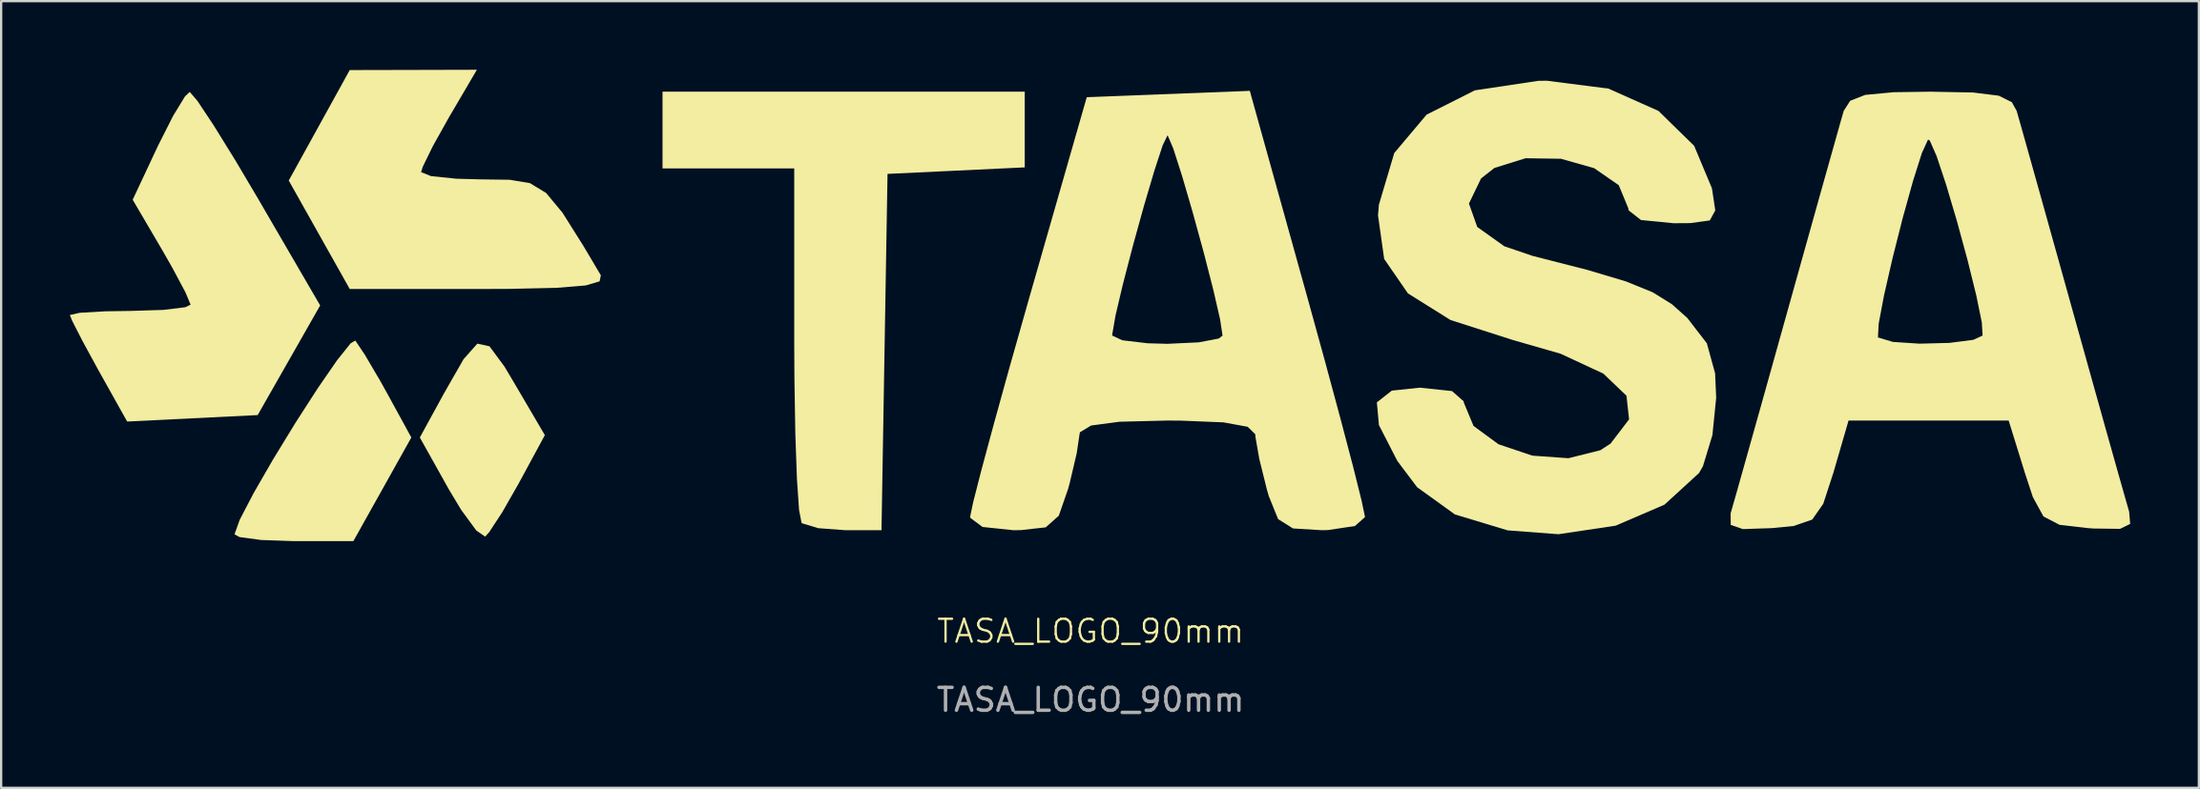
<source format=kicad_pcb>
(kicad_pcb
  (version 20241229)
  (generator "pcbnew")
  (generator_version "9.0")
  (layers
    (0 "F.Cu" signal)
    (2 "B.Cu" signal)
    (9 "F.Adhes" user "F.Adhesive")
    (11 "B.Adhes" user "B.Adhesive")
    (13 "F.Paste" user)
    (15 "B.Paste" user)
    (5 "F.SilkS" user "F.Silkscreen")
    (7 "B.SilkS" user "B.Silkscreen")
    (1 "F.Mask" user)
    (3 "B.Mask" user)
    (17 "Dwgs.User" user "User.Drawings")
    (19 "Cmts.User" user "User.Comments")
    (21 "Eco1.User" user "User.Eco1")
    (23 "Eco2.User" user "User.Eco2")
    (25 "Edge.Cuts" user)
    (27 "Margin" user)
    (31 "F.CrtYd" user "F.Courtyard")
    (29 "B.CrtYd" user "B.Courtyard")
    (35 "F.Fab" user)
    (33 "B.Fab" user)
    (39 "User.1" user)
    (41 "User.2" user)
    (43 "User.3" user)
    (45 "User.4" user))
  (footprint "TASA_LOGO_90mm"
    (layer "F.Cu")
    (at 44.57 10.543)
    (property "Reference" "TASA_LOGO_90mm" (at 0 14 0) (unlocked yes) (layer "F.SilkS") (effects (font (size 1 1) (thickness 0.1))))
    (fp_poly (pts (xy -26.246 1.546) (xy -25.594 2.43) (xy -25.158 3.163) (xy -23.829 5.43) (xy -24.974 7.547) (xy -25.693 8.806) (xy -26.256 9.666) (xy -26.436 9.866) (xy -26.822 9.6) (xy -27.48 8.701) (xy -28.021 7.801) (xy -29.288 5.533) (xy -28.234 3.605) (xy -27.377 2.107) (xy -26.777 1.43)) (stroke (width 0) (type solid)) (fill yes) (layer "F.SilkS"))
    (fp_poly (pts (xy -31.685 1.922) (xy -31.02 3.054) (xy -30.713 3.605) (xy -29.659 5.533) (xy -30.925 7.799) (xy -32.191 10.064) (xy -34.786 10.064) (xy -36.217 10.014) (xy -37.16 9.886) (xy -37.381 9.766) (xy -37.152 9.128) (xy -36.549 7.97) (xy -35.697 6.492) (xy -34.722 4.896) (xy -33.748 3.384) (xy -32.902 2.156) (xy -32.308 1.414) (xy -32.105 1.295)) (stroke (width 0) (type solid)) (fill yes) (layer "F.SilkS"))
    (fp_poly (pts (xy -2.875 -7.93) (xy -2.875 -6.276) (xy -5.871 -6.133) (xy -8.866 -5.991) (xy -8.998 1.797) (xy -9.129 9.585) (xy -10.715 9.585) (xy -11.895 9.497) (xy -12.601 9.282) (xy -12.62 9.265) (xy -12.729 8.7) (xy -12.822 7.347) (xy -12.892 5.376) (xy -12.932 2.957) (xy -12.94 1.358) (xy -12.94 -6.23) (xy -15.815 -6.23) (xy -18.691 -6.23) (xy -18.691 -7.908) (xy -18.691 -9.585) (xy -10.783 -9.585) (xy -2.875 -9.585)) (stroke (width 0) (type solid)) (fill yes) (layer "F.SilkS"))
    (fp_poly (pts (xy -28.016 -8.464) (xy -28.717 -7.21) (xy -29.157 -6.31) (xy -29.234 -6.068) (xy -28.801 -5.894) (xy -27.683 -5.779) (xy -26.604 -5.751) (xy -25.361 -5.734) (xy -24.479 -5.586) (xy -23.774 -5.157) (xy -23.063 -4.3) (xy -22.16 -2.866) (xy -21.384 -1.558) (xy -21.437 -1.294) (xy -22.041 -1.115) (xy -23.313 -1.01) (xy -25.369 -0.964) (xy -26.69 -0.959) (xy -32.349 -0.959) (xy -33.681 -3.33) (xy -35.012 -5.701) (xy -33.681 -8.115) (xy -32.349 -10.53) (xy -29.573 -10.536) (xy -26.797 -10.543)) (stroke (width 0) (type solid)) (fill yes) (layer "F.SilkS"))
    (fp_poly (pts (xy -38.999 -9.182) (xy -38.296 -8.123) (xy -37.333 -6.565) (xy -36.349 -4.902) (xy -33.64 -0.24) (xy -35.004 2.157) (xy -36.369 4.553) (xy -39.218 4.694) (xy -42.068 4.835) (xy -43.319 2.597) (xy -44.016 1.318) (xy -44.47 0.427) (xy -44.57 0.179) (xy -44.136 0.081) (xy -43.018 0.016) (xy -41.934 0) (xy -40.49 -0.045) (xy -39.533 -0.161) (xy -39.298 -0.274) (xy -39.521 -0.81) (xy -40.093 -1.884) (xy -40.562 -2.705) (xy -41.826 -4.861) (xy -40.72 -7.223) (xy -40.062 -8.526) (xy -39.541 -9.38) (xy -39.336 -9.575)) (stroke (width 0) (type solid)) (fill yes) (layer "F.SilkS"))
    (fp_poly (pts (xy 22.61 -9.72) (xy 24.797 -8.744) (xy 26.355 -7.218) (xy 27.132 -5.36) (xy 27.277 -4.394) (xy 27.039 -3.957) (xy 26.188 -3.839) (xy 25.46 -3.834) (xy 24.033 -3.974) (xy 23.49 -4.4) (xy 23.483 -4.479) (xy 23.063 -5.497) (xy 21.989 -6.241) (xy 20.54 -6.652) (xy 18.995 -6.675) (xy 17.634 -6.251) (xy 17.049 -5.791) (xy 16.522 -4.694) (xy 16.884 -3.671) (xy 18.067 -2.826) (xy 19.298 -2.407) (xy 21.709 -1.789) (xy 23.389 -1.286) (xy 24.545 -0.815) (xy 25.383 -0.294) (xy 26.053 0.304) (xy 26.909 1.414) (xy 27.27 2.728) (xy 27.317 3.793) (xy 27.153 5.425) (xy 26.74 6.785) (xy 26.569 7.085) (xy 25.058 8.47) (xy 22.926 9.388) (xy 20.43 9.761) (xy 18.211 9.593) (xy 15.91 8.897) (xy 14.259 7.707) (xy 13.395 6.559) (xy 12.591 4.99) (xy 12.501 3.997) (xy 13.153 3.484) (xy 14.377 3.355) (xy 15.782 3.503) (xy 16.292 3.952) (xy 16.294 3.999) (xy 16.721 5.027) (xy 17.813 5.829) (xy 19.288 6.326) (xy 20.864 6.439) (xy 22.259 6.089) (xy 22.704 5.801) (xy 23.514 4.739) (xy 23.399 3.706) (xy 22.389 2.739) (xy 20.517 1.869) (xy 18.451 1.275) (xy 15.716 0.397) (xy 13.857 -0.767) (xy 12.82 -2.272) (xy 12.551 -4.174) (xy 12.589 -4.641) (xy 13.26 -6.903) (xy 14.672 -8.581) (xy 16.782 -9.644) (xy 19.547 -10.059) (xy 19.921 -10.064)) (stroke (width 0) (type solid)) (fill yes) (layer "F.SilkS"))
    (fp_poly (pts (xy 9.467 -0.588) (xy 10.244 2.232) (xy 10.923 4.751) (xy 11.466 6.818) (xy 11.831 8.282) (xy 11.98 8.991) (xy 11.981 9.015) (xy 11.542 9.403) (xy 10.363 9.58) (xy 10.087 9.585) (xy 8.838 9.509) (xy 8.189 9.101) (xy 7.78 8.093) (xy 7.693 7.788) (xy 7.367 6.47) (xy 7.198 5.506) (xy 7.191 5.392) (xy 6.86 5.065) (xy 5.802 4.871) (xy 3.916 4.795) (xy 3.355 4.792) (xy 1.264 4.844) (xy 0.024 5.009) (xy -0.465 5.304) (xy -0.482 5.392) (xy -0.605 6.22) (xy -0.906 7.502) (xy -0.984 7.788) (xy -1.387 8.952) (xy -1.959 9.461) (xy -3.055 9.583) (xy -3.377 9.585) (xy -4.719 9.444) (xy -5.252 9.046) (xy -5.257 8.986) (xy -5.125 8.356) (xy -4.768 6.959) (xy -4.226 4.948) (xy -3.542 2.476) (xy -3.146 1.078) (xy 0.946 1.078) (xy 1.385 1.283) (xy 2.493 1.414) (xy 3.355 1.438) (xy 4.725 1.373) (xy 5.598 1.207) (xy 5.763 1.078) (xy 5.656 0.371) (xy 5.358 -0.927) (xy 4.936 -2.572) (xy 4.458 -4.314) (xy 3.994 -5.906) (xy 3.61 -7.103) (xy 3.374 -7.656) (xy 3.355 -7.668) (xy 3.15 -7.244) (xy 2.786 -6.135) (xy 2.33 -4.591) (xy 1.85 -2.856) (xy 1.414 -1.179) (xy 1.09 0.193) (xy 0.948 1.014) (xy 0.946 1.078) (xy -3.146 1.078) (xy -2.755 -0.303) (xy -2.705 -0.479) (xy -0.167 -9.345) (xy 3.393 -9.483) (xy 6.953 -9.621)) (stroke (width 0) (type solid)) (fill yes) (layer "F.SilkS"))
    (fp_poly (pts (xy 38.534 -9.549) (xy 39.654 -9.41) (xy 40.229 -9.124) (xy 40.437 -8.746) (xy 40.643 -8.022) (xy 41.058 -6.545) (xy 41.633 -4.488) (xy 42.322 -2.02) (xy 42.885 0) (xy 43.629 2.665) (xy 44.296 5.052) (xy 44.841 6.989) (xy 45.213 8.303) (xy 45.349 8.776) (xy 45.394 9.311) (xy 44.95 9.527) (xy 43.802 9.512) (xy 43.554 9.495) (xy 42.313 9.352) (xy 41.607 8.985) (xy 41.145 8.14) (xy 40.793 7.069) (xy 40.088 4.792) (xy 36.593 4.792) (xy 33.097 4.792) (xy 32.436 7.069) (xy 31.993 8.43) (xy 31.51 9.122) (xy 30.7 9.402) (xy 29.744 9.495) (xy 28.482 9.537) (xy 27.954 9.355) (xy 27.945 8.862) (xy 27.969 8.776) (xy 28.179 8.041) (xy 28.597 6.555) (xy 29.177 4.49) (xy 29.869 2.017) (xy 30.111 1.148) (xy 34.38 1.148) (xy 34.388 1.161) (xy 35.03 1.354) (xy 36.193 1.431) (xy 37.492 1.398) (xy 38.542 1.264) (xy 38.949 1.078) (xy 38.917 0.509) (xy 38.675 -0.675) (xy 38.29 -2.234) (xy 37.828 -3.93) (xy 37.356 -5.524) (xy 36.939 -6.776) (xy 36.645 -7.447) (xy 36.568 -7.493) (xy 36.298 -6.901) (xy 35.907 -5.666) (xy 35.458 -4.047) (xy 35.016 -2.299) (xy 34.646 -0.679) (xy 34.413 0.555) (xy 34.38 1.148) (xy 30.111 1.148) (xy 30.432 0) (xy 31.176 -2.662) (xy 31.842 -5.044) (xy 32.384 -6.973) (xy 32.752 -8.279) (xy 32.886 -8.746) (xy 33.168 -9.188) (xy 33.826 -9.445) (xy 35.067 -9.562) (xy 36.662 -9.585)) (stroke (width 0) (type solid)) (fill yes) (layer "F.SilkS"))
    (fp_text user "${REFERENCE}" (at 0 17 0) (unlocked yes) (layer "F.Fab") (effects (font (size 1 1) (thickness 0.15)))))
  (gr_rect
    (start -3 -3)
    (end 92.964 31.392)
    (stroke (width 0.1) (type default))
    (fill no)
    (layer "Edge.Cuts")))
</source>
